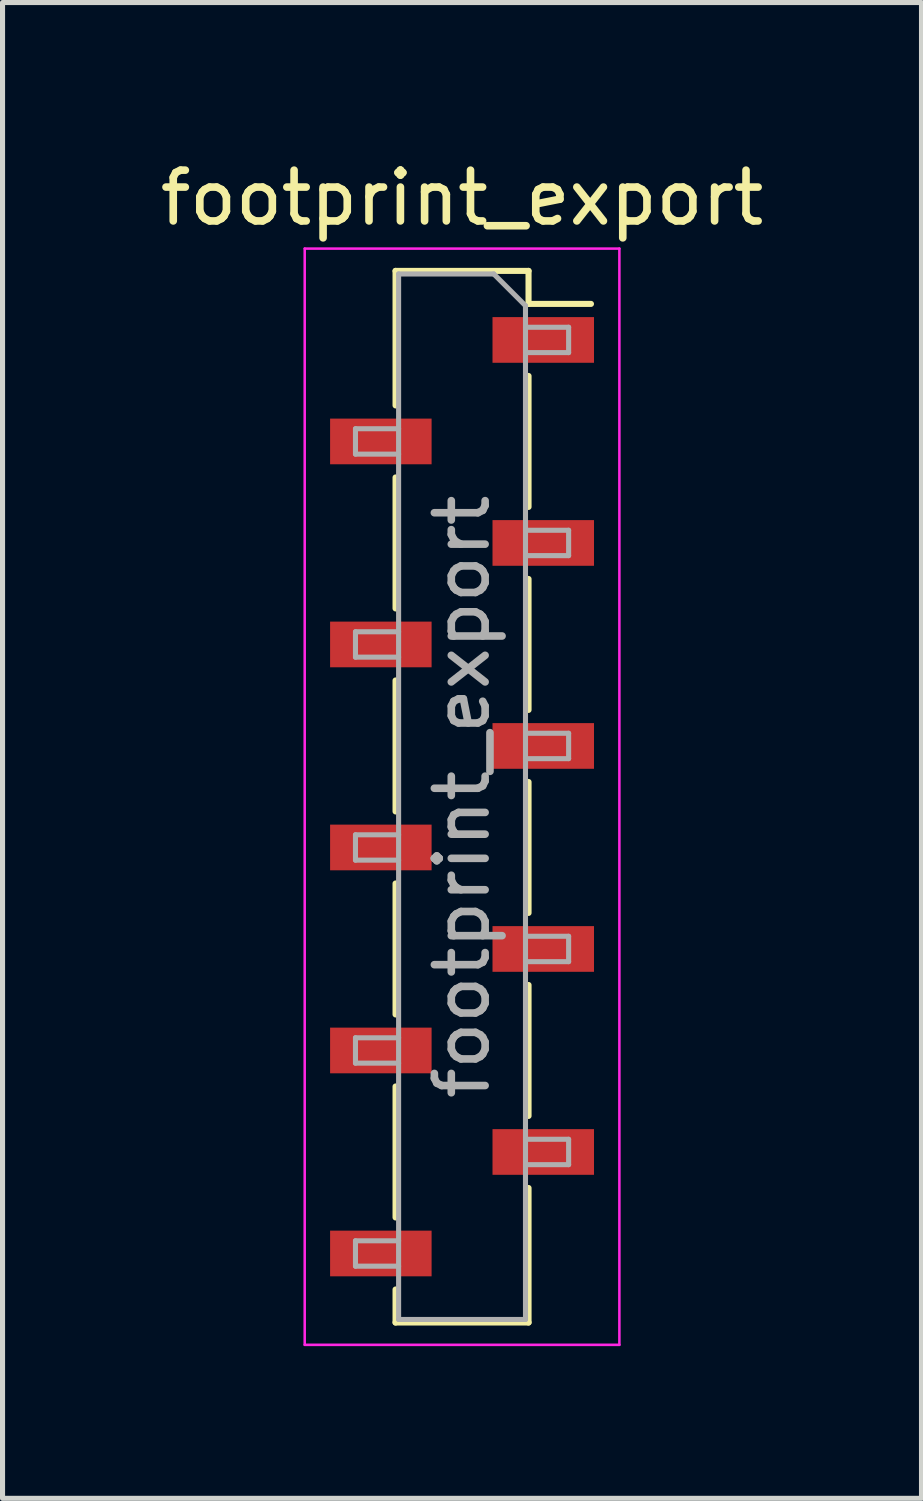
<source format=kicad_pcb>
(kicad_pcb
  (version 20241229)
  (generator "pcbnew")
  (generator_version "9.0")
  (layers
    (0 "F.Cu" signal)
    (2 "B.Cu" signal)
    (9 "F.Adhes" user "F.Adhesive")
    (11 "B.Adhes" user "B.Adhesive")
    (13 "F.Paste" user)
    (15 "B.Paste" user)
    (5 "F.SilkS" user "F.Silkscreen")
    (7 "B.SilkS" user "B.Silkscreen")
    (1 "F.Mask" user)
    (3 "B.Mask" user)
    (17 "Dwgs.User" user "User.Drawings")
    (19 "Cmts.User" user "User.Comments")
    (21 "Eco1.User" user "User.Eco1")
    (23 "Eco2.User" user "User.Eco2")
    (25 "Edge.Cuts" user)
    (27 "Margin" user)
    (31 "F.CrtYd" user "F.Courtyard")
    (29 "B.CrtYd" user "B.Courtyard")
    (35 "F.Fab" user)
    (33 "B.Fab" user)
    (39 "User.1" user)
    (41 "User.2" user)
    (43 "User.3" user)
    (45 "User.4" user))
  (footprint "footprint_export"
    (layer "F.Cu")
    (at 6.054 12.648)
    (property "Reference" "footprint_export" (at 0 -11.8 0) (layer "F.SilkS") (effects (font (size 1 1) (thickness 0.15))))
    (attr smd)
    (fp_line (start -1.31 -10.36) (end -1.31 -7.71) (stroke (width 0.12) (type solid)) (layer "F.SilkS"))
    (fp_line (start -1.31 -10.36) (end 1.31 -10.36) (stroke (width 0.12) (type solid)) (layer "F.SilkS"))
    (fp_line (start -1.31 -6.29) (end -1.31 -3.71) (stroke (width 0.12) (type solid)) (layer "F.SilkS"))
    (fp_line (start -1.31 -2.29) (end -1.31 0.29) (stroke (width 0.12) (type solid)) (layer "F.SilkS"))
    (fp_line (start -1.31 1.71) (end -1.31 4.29) (stroke (width 0.12) (type solid)) (layer "F.SilkS"))
    (fp_line (start -1.31 5.71) (end -1.31 8.29) (stroke (width 0.12) (type solid)) (layer "F.SilkS"))
    (fp_line (start -1.31 9.71) (end -1.31 10.36) (stroke (width 0.12) (type solid)) (layer "F.SilkS"))
    (fp_line (start -1.31 10.36) (end 1.31 10.36) (stroke (width 0.12) (type solid)) (layer "F.SilkS"))
    (fp_line (start 1.31 -10.36) (end 1.31 -9.71) (stroke (width 0.12) (type solid)) (layer "F.SilkS"))
    (fp_line (start 1.31 -9.71) (end 2.54 -9.71) (stroke (width 0.12) (type solid)) (layer "F.SilkS"))
    (fp_line (start 1.31 -8.29) (end 1.31 -5.71) (stroke (width 0.12) (type solid)) (layer "F.SilkS"))
    (fp_line (start 1.31 -4.29) (end 1.31 -1.71) (stroke (width 0.12) (type solid)) (layer "F.SilkS"))
    (fp_line (start 1.31 -0.29) (end 1.31 2.29) (stroke (width 0.12) (type solid)) (layer "F.SilkS"))
    (fp_line (start 1.31 3.71) (end 1.31 6.29) (stroke (width 0.12) (type solid)) (layer "F.SilkS"))
    (fp_line (start 1.31 7.71) (end 1.31 10.36) (stroke (width 0.12) (type solid)) (layer "F.SilkS"))
    (fp_line (start -3.1 -10.8) (end 3.1 -10.8) (stroke (width 0.05) (type solid)) (layer "F.CrtYd"))
    (fp_line (start -3.1 10.8) (end -3.1 -10.8) (stroke (width 0.05) (type solid)) (layer "F.CrtYd"))
    (fp_line (start 3.1 -10.8) (end 3.1 10.8) (stroke (width 0.05) (type solid)) (layer "F.CrtYd"))
    (fp_line (start 3.1 10.8) (end -3.1 10.8) (stroke (width 0.05) (type solid)) (layer "F.CrtYd"))
    (fp_line (start -2.1 -7.25) (end -1.25 -7.25) (stroke (width 0.1) (type solid)) (layer "F.Fab"))
    (fp_line (start -2.1 -6.75) (end -2.1 -7.25) (stroke (width 0.1) (type solid)) (layer "F.Fab"))
    (fp_line (start -2.1 -3.25) (end -1.25 -3.25) (stroke (width 0.1) (type solid)) (layer "F.Fab"))
    (fp_line (start -2.1 -2.75) (end -2.1 -3.25) (stroke (width 0.1) (type solid)) (layer "F.Fab"))
    (fp_line (start -2.1 0.75) (end -1.25 0.75) (stroke (width 0.1) (type solid)) (layer "F.Fab"))
    (fp_line (start -2.1 1.25) (end -2.1 0.75) (stroke (width 0.1) (type solid)) (layer "F.Fab"))
    (fp_line (start -2.1 4.75) (end -1.25 4.75) (stroke (width 0.1) (type solid)) (layer "F.Fab"))
    (fp_line (start -2.1 5.25) (end -2.1 4.75) (stroke (width 0.1) (type solid)) (layer "F.Fab"))
    (fp_line (start -2.1 8.75) (end -1.25 8.75) (stroke (width 0.1) (type solid)) (layer "F.Fab"))
    (fp_line (start -2.1 9.25) (end -2.1 8.75) (stroke (width 0.1) (type solid)) (layer "F.Fab"))
    (fp_line (start -1.25 -10.3) (end 0.625 -10.3) (stroke (width 0.1) (type solid)) (layer "F.Fab"))
    (fp_line (start -1.25 -6.75) (end -2.1 -6.75) (stroke (width 0.1) (type solid)) (layer "F.Fab"))
    (fp_line (start -1.25 -2.75) (end -2.1 -2.75) (stroke (width 0.1) (type solid)) (layer "F.Fab"))
    (fp_line (start -1.25 1.25) (end -2.1 1.25) (stroke (width 0.1) (type solid)) (layer "F.Fab"))
    (fp_line (start -1.25 5.25) (end -2.1 5.25) (stroke (width 0.1) (type solid)) (layer "F.Fab"))
    (fp_line (start -1.25 9.25) (end -2.1 9.25) (stroke (width 0.1) (type solid)) (layer "F.Fab"))
    (fp_line (start -1.25 10.3) (end -1.25 -10.3) (stroke (width 0.1) (type solid)) (layer "F.Fab"))
    (fp_line (start 0.625 -10.3) (end 1.25 -9.675) (stroke (width 0.1) (type solid)) (layer "F.Fab"))
    (fp_line (start 1.25 -9.675) (end 1.25 10.3) (stroke (width 0.1) (type solid)) (layer "F.Fab"))
    (fp_line (start 1.25 -9.25) (end 2.1 -9.25) (stroke (width 0.1) (type solid)) (layer "F.Fab"))
    (fp_line (start 1.25 -5.25) (end 2.1 -5.25) (stroke (width 0.1) (type solid)) (layer "F.Fab"))
    (fp_line (start 1.25 -1.25) (end 2.1 -1.25) (stroke (width 0.1) (type solid)) (layer "F.Fab"))
    (fp_line (start 1.25 2.75) (end 2.1 2.75) (stroke (width 0.1) (type solid)) (layer "F.Fab"))
    (fp_line (start 1.25 6.75) (end 2.1 6.75) (stroke (width 0.1) (type solid)) (layer "F.Fab"))
    (fp_line (start 1.25 10.3) (end -1.25 10.3) (stroke (width 0.1) (type solid)) (layer "F.Fab"))
    (fp_line (start 2.1 -9.25) (end 2.1 -8.75) (stroke (width 0.1) (type solid)) (layer "F.Fab"))
    (fp_line (start 2.1 -8.75) (end 1.25 -8.75) (stroke (width 0.1) (type solid)) (layer "F.Fab"))
    (fp_line (start 2.1 -5.25) (end 2.1 -4.75) (stroke (width 0.1) (type solid)) (layer "F.Fab"))
    (fp_line (start 2.1 -4.75) (end 1.25 -4.75) (stroke (width 0.1) (type solid)) (layer "F.Fab"))
    (fp_line (start 2.1 -1.25) (end 2.1 -0.75) (stroke (width 0.1) (type solid)) (layer "F.Fab"))
    (fp_line (start 2.1 -0.75) (end 1.25 -0.75) (stroke (width 0.1) (type solid)) (layer "F.Fab"))
    (fp_line (start 2.1 2.75) (end 2.1 3.25) (stroke (width 0.1) (type solid)) (layer "F.Fab"))
    (fp_line (start 2.1 3.25) (end 1.25 3.25) (stroke (width 0.1) (type solid)) (layer "F.Fab"))
    (fp_line (start 2.1 6.75) (end 2.1 7.25) (stroke (width 0.1) (type solid)) (layer "F.Fab"))
    (fp_line (start 2.1 7.25) (end 1.25 7.25) (stroke (width 0.1) (type solid)) (layer "F.Fab"))
    (fp_text user "${REFERENCE}" (at 0 0 90) (layer "F.Fab") (effects (font (size 1 1) (thickness 0.15))))
    (pad "1" smd rect (at 1.6 -9) (size 2 0.9) (layers "F.Cu" "F.Mask" "F.Paste"))
    (pad "2" smd rect (at -1.6 -7) (size 2 0.9) (layers "F.Cu" "F.Mask" "F.Paste"))
    (pad "3" smd rect (at 1.6 -5) (size 2 0.9) (layers "F.Cu" "F.Mask" "F.Paste"))
    (pad "4" smd rect (at -1.6 -3) (size 2 0.9) (layers "F.Cu" "F.Mask" "F.Paste"))
    (pad "5" smd rect (at 1.6 -1) (size 2 0.9) (layers "F.Cu" "F.Mask" "F.Paste"))
    (pad "6" smd rect (at -1.6 1) (size 2 0.9) (layers "F.Cu" "F.Mask" "F.Paste"))
    (pad "7" smd rect (at 1.6 3) (size 2 0.9) (layers "F.Cu" "F.Mask" "F.Paste"))
    (pad "8" smd rect (at -1.6 5) (size 2 0.9) (layers "F.Cu" "F.Mask" "F.Paste"))
    (pad "9" smd rect (at 1.6 7) (size 2 0.9) (layers "F.Cu" "F.Mask" "F.Paste"))
    (pad "10" smd rect (at -1.6 9) (size 2 0.9) (layers "F.Cu" "F.Mask" "F.Paste")))
  (gr_rect
    (start -3 -3)
    (end 15.107 26.473)
    (stroke (width 0.1) (type default))
    (fill no)
    (layer "Edge.Cuts")))
</source>
